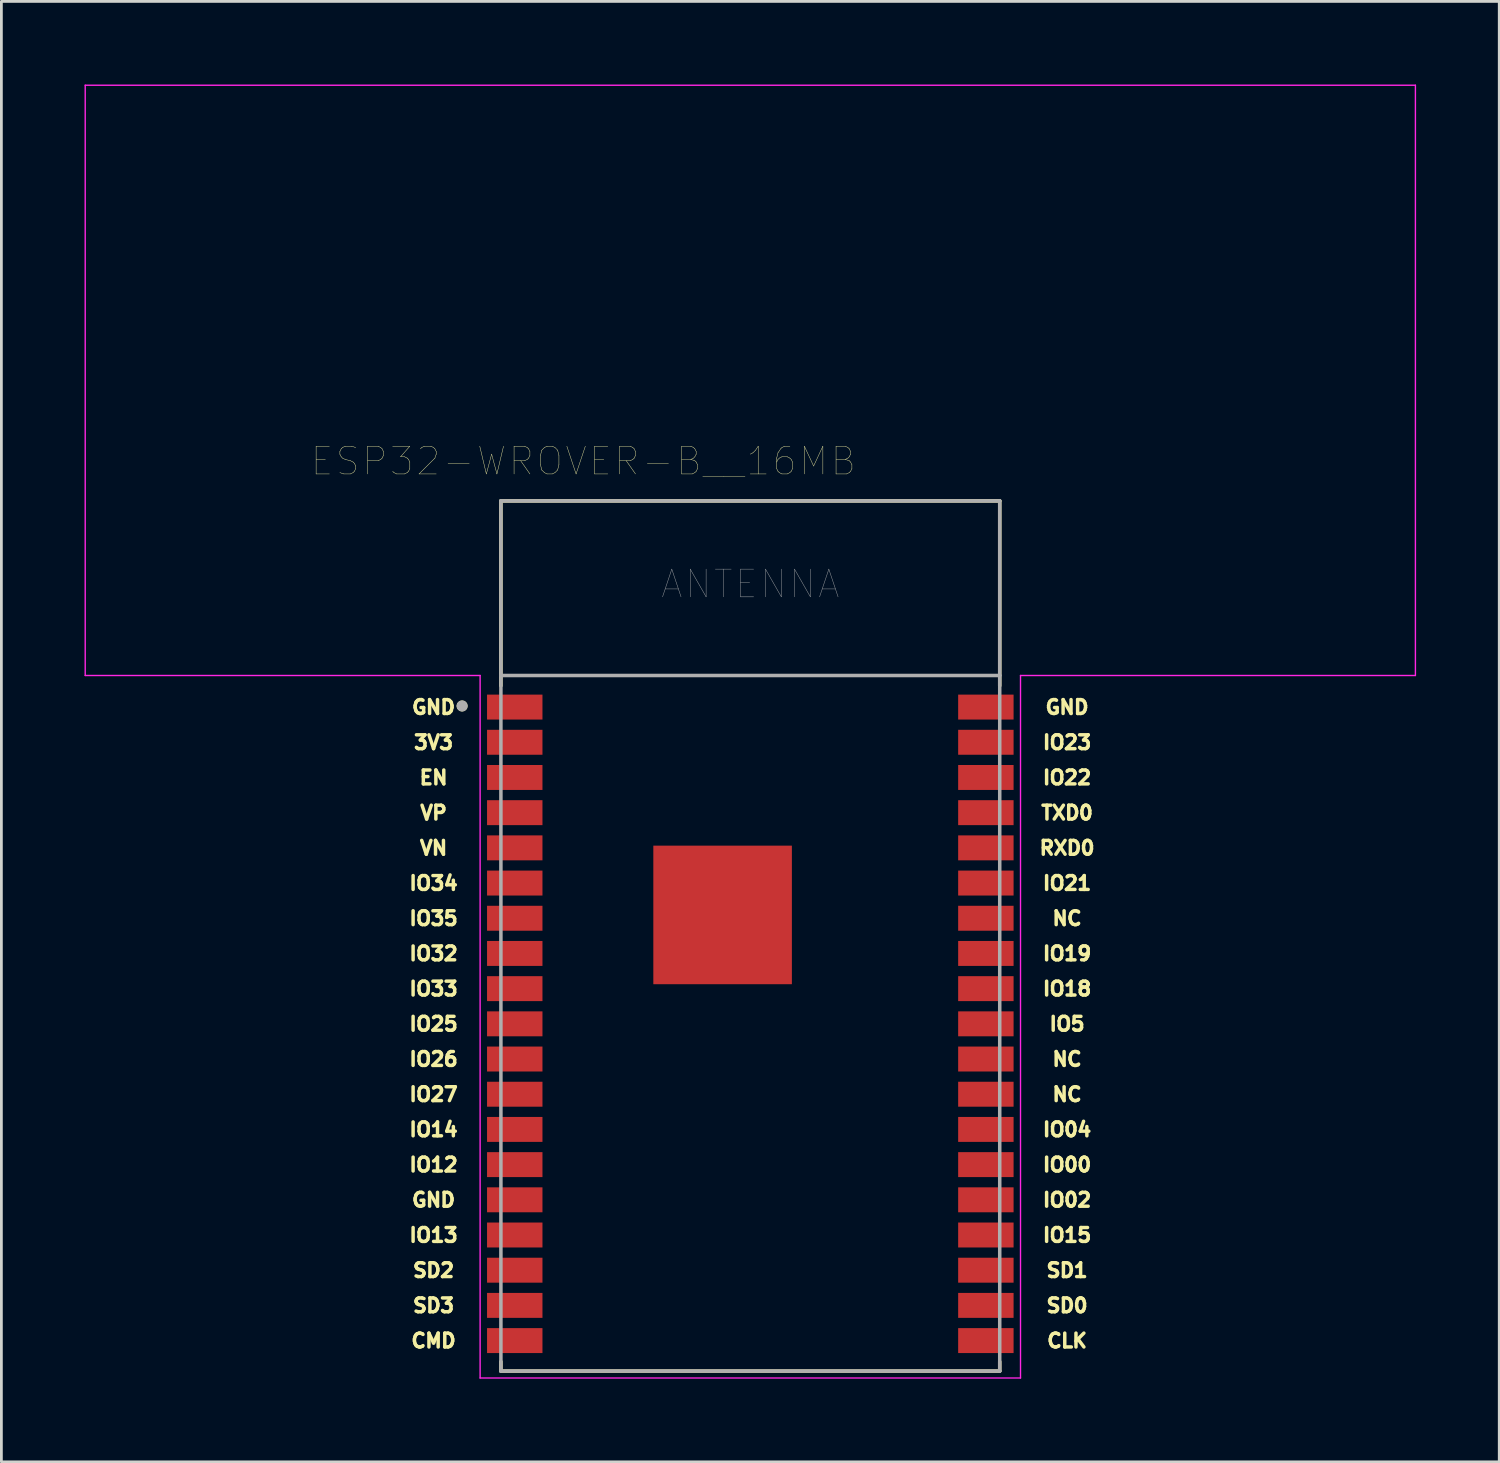
<source format=kicad_pcb>
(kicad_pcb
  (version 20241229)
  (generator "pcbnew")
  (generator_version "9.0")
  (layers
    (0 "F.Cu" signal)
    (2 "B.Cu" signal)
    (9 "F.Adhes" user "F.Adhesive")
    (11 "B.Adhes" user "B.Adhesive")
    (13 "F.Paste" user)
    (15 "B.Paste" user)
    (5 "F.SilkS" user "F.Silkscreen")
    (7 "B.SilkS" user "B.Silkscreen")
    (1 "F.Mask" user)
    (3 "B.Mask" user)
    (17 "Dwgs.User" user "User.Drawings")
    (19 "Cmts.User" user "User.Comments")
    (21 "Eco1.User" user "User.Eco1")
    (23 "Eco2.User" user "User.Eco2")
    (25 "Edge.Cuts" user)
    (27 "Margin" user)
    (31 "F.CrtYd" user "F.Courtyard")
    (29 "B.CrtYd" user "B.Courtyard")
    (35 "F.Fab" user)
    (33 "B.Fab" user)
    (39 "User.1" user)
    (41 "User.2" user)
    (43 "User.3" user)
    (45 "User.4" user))
  (footprint "ESP32-WROVER-B__16MB"
    (layer "F.Cu")
    (at 24.025 30.725)
    (property "Reference" "ESP32-WROVER-B__16MB" (at -6.025 -17.135 0) (layer "F.SilkS") (effects (font (size 1 1) (thickness 0.015))))
    (attr through_hole)
    (fp_line (start -9 -15.7) (end 9 -15.7) (stroke (width 0.127) (type solid)) (layer "F.SilkS"))
    (fp_line (start -9 -9.03) (end -9 -15.7) (stroke (width 0.127) (type solid)) (layer "F.SilkS"))
    (fp_line (start -9 15.36) (end -9 15.7) (stroke (width 0.127) (type solid)) (layer "F.SilkS"))
    (fp_line (start -9 15.7) (end 9 15.7) (stroke (width 0.127) (type solid)) (layer "F.SilkS"))
    (fp_line (start 9 -15.7) (end 9 -9.03) (stroke (width 0.127) (type solid)) (layer "F.SilkS"))
    (fp_line (start 9 15.7) (end 9 15.36) (stroke (width 0.127) (type solid)) (layer "F.SilkS"))
    (fp_circle (center -10.4 -8.3) (end -10.3 -8.3) (stroke (width 0.2) (type solid)) (fill no) (layer "F.SilkS"))
    (fp_poly (pts (xy -2.58 -2.34) (xy 0.58 -2.34) (xy 0.58 0.82) (xy -2.58 0.82)) (stroke (width 0.01) (type solid)) (fill yes) (layer "F.Paste"))
    (fp_line (start -24 -30.7) (end 24 -30.7) (stroke (width 0.05) (type solid)) (layer "F.CrtYd"))
    (fp_line (start -24 -9.4) (end -24 -30.7) (stroke (width 0.05) (type solid)) (layer "F.CrtYd"))
    (fp_line (start -9.75 -9.4) (end -24 -9.4) (stroke (width 0.05) (type solid)) (layer "F.CrtYd"))
    (fp_line (start -9.75 -9.4) (end -9.75 15.95) (stroke (width 0.05) (type solid)) (layer "F.CrtYd"))
    (fp_line (start -9.75 15.95) (end 9.75 15.95) (stroke (width 0.05) (type solid)) (layer "F.CrtYd"))
    (fp_line (start 9.75 15.95) (end 9.75 -9.4) (stroke (width 0.05) (type solid)) (layer "F.CrtYd"))
    (fp_line (start 24 -30.7) (end 24 -9.4) (stroke (width 0.05) (type solid)) (layer "F.CrtYd"))
    (fp_line (start 24 -9.4) (end 9.75 -9.4) (stroke (width 0.05) (type solid)) (layer "F.CrtYd"))
    (fp_line (start -9 -15.7) (end 9 -15.7) (stroke (width 0.127) (type solid)) (layer "F.Fab"))
    (fp_line (start -9 -9.4) (end -9 -15.7) (stroke (width 0.127) (type solid)) (layer "F.Fab"))
    (fp_line (start -9 -9.4) (end 9 -9.4) (stroke (width 0.127) (type solid)) (layer "F.Fab"))
    (fp_line (start -9 15.7) (end -9 -9.4) (stroke (width 0.127) (type solid)) (layer "F.Fab"))
    (fp_line (start 9 -15.7) (end 9 -9.4) (stroke (width 0.127) (type solid)) (layer "F.Fab"))
    (fp_line (start 9 -9.4) (end 9 15.7) (stroke (width 0.127) (type solid)) (layer "F.Fab"))
    (fp_line (start 9 15.7) (end -9 15.7) (stroke (width 0.127) (type solid)) (layer "F.Fab"))
    (fp_circle (center -10.4 -8.3) (end -10.3 -8.3) (stroke (width 0.2) (type solid)) (fill no) (layer "F.Fab"))
    (fp_text user "VP" (at -11.43 -4.445 0) (unlocked yes) (layer "F.SilkS") (effects (font (size 0.5 0.5) (thickness 0.125))))
    (fp_text user "TXD0" (at 11.43 -4.445 0) (unlocked yes) (layer "F.SilkS") (effects (font (size 0.5 0.5) (thickness 0.125))))
    (fp_text user "RXD0" (at 11.43 -3.175 0) (unlocked yes) (layer "F.SilkS") (effects (font (size 0.5 0.5) (thickness 0.125))))
    (fp_text user "3V3" (at -11.43 -6.985 0) (unlocked yes) (layer "F.SilkS") (effects (font (size 0.5 0.5) (thickness 0.125))))
    (fp_text user "IO5" (at 11.43 3.175 0) (unlocked yes) (layer "F.SilkS") (effects (font (size 0.5 0.5) (thickness 0.125))))
    (fp_text user "IO12" (at -11.43 8.255 0) (unlocked yes) (layer "F.SilkS") (effects (font (size 0.5 0.5) (thickness 0.125))))
    (fp_text user "IO02" (at 11.43 9.525 0) (unlocked yes) (layer "F.SilkS") (effects (font (size 0.5 0.5) (thickness 0.125))))
    (fp_text user "IO15" (at 11.43 10.795 0) (unlocked yes) (layer "F.SilkS") (effects (font (size 0.5 0.5) (thickness 0.125))))
    (fp_text user "NC" (at 11.43 4.445 0) (unlocked yes) (layer "F.SilkS") (effects (font (size 0.5 0.5) (thickness 0.125))))
    (fp_text user "GND" (at 11.43 -8.255 0) (unlocked yes) (layer "F.SilkS") (effects (font (size 0.5 0.5) (thickness 0.125))))
    (fp_text user "IO19" (at 11.43 0.635 0) (unlocked yes) (layer "F.SilkS") (effects (font (size 0.5 0.5) (thickness 0.125))))
    (fp_text user "IO26" (at -11.43 4.445 0) (unlocked yes) (layer "F.SilkS") (effects (font (size 0.5 0.5) (thickness 0.125))))
    (fp_text user "SD3" (at -11.43 13.335 0) (unlocked yes) (layer "F.SilkS") (effects (font (size 0.5 0.5) (thickness 0.125))))
    (fp_text user "SD2" (at -11.43 12.065 0) (unlocked yes) (layer "F.SilkS") (effects (font (size 0.5 0.5) (thickness 0.125))))
    (fp_text user "GND" (at -11.43 -8.255 0) (unlocked yes) (layer "F.SilkS") (effects (font (size 0.5 0.5) (thickness 0.125))))
    (fp_text user "IO00" (at 11.43 8.255 0) (unlocked yes) (layer "F.SilkS") (effects (font (size 0.5 0.5) (thickness 0.125))))
    (fp_text user "IO14" (at -11.43 6.985 0) (unlocked yes) (layer "F.SilkS") (effects (font (size 0.5 0.5) (thickness 0.125))))
    (fp_text user "NC" (at 11.43 -0.635 0) (unlocked yes) (layer "F.SilkS") (effects (font (size 0.5 0.5) (thickness 0.125))))
    (fp_text user "IO22" (at 11.43 -5.715 0) (unlocked yes) (layer "F.SilkS") (effects (font (size 0.5 0.5) (thickness 0.125))))
    (fp_text user "NC" (at 11.43 5.715 0) (unlocked yes) (layer "F.SilkS") (effects (font (size 0.5 0.5) (thickness 0.125))))
    (fp_text user "IO23" (at 11.43 -6.985 0) (unlocked yes) (layer "F.SilkS") (effects (font (size 0.5 0.5) (thickness 0.125))))
    (fp_text user "SD0" (at 11.43 13.335 0) (unlocked yes) (layer "F.SilkS") (effects (font (size 0.5 0.5) (thickness 0.125))))
    (fp_text user "CLK" (at 11.43 14.605 0) (unlocked yes) (layer "F.SilkS") (effects (font (size 0.5 0.5) (thickness 0.125))))
    (fp_text user "GND" (at -11.43 9.525 0) (unlocked yes) (layer "F.SilkS") (effects (font (size 0.5 0.5) (thickness 0.125))))
    (fp_text user "CMD" (at -11.43 14.605 0) (unlocked yes) (layer "F.SilkS") (effects (font (size 0.5 0.5) (thickness 0.125))))
    (fp_text user "IO34" (at -11.43 -1.905 0) (unlocked yes) (layer "F.SilkS") (effects (font (size 0.5 0.5) (thickness 0.125))))
    (fp_text user "IO32" (at -11.43 0.635 0) (unlocked yes) (layer "F.SilkS") (effects (font (size 0.5 0.5) (thickness 0.125))))
    (fp_text user "SD1" (at 11.43 12.065 0) (unlocked yes) (layer "F.SilkS") (effects (font (size 0.5 0.5) (thickness 0.125))))
    (fp_text user "IO21" (at 11.43 -1.905 0) (unlocked yes) (layer "F.SilkS") (effects (font (size 0.5 0.5) (thickness 0.125))))
    (fp_text user "IO18" (at 11.43 1.905 0) (unlocked yes) (layer "F.SilkS") (effects (font (size 0.5 0.5) (thickness 0.125))))
    (fp_text user "IO13" (at -11.43 10.795 0) (unlocked yes) (layer "F.SilkS") (effects (font (size 0.5 0.5) (thickness 0.125))))
    (fp_text user "VN" (at -11.43 -3.175 0) (unlocked yes) (layer "F.SilkS") (effects (font (size 0.5 0.5) (thickness 0.125))))
    (fp_text user "IO27" (at -11.43 5.715 0) (unlocked yes) (layer "F.SilkS") (effects (font (size 0.5 0.5) (thickness 0.125))))
    (fp_text user "IO33" (at -11.43 1.905 0) (unlocked yes) (layer "F.SilkS") (effects (font (size 0.5 0.5) (thickness 0.125))))
    (fp_text user "IO35" (at -11.43 -0.635 0) (unlocked yes) (layer "F.SilkS") (effects (font (size 0.5 0.5) (thickness 0.125))))
    (fp_text user "EN" (at -11.43 -5.715 0) (unlocked yes) (layer "F.SilkS") (effects (font (size 0.5 0.5) (thickness 0.125))))
    (fp_text user "IO04" (at 11.43 6.985 0) (unlocked yes) (layer "F.SilkS") (effects (font (size 0.5 0.5) (thickness 0.125))))
    (fp_text user "IO25" (at -11.43 3.175 0) (unlocked yes) (layer "F.SilkS") (effects (font (size 0.5 0.5) (thickness 0.125))))
    (fp_text user "ANTENNA" (at 0 -12.7 0) (layer "F.Fab") (effects (font (size 1 1) (thickness 0.015))))
    (pad "1" smd rect (at -8.5 -8.26) (size 2 0.9) (layers "F.Cu" "F.Mask" "F.Paste"))
    (pad "2" smd rect (at -8.5 -6.99) (size 2 0.9) (layers "F.Cu" "F.Mask" "F.Paste"))
    (pad "3" smd rect (at -8.5 -5.72) (size 2 0.9) (layers "F.Cu" "F.Mask" "F.Paste"))
    (pad "4" smd rect (at -8.5 -4.45) (size 2 0.9) (layers "F.Cu" "F.Mask" "F.Paste"))
    (pad "5" smd rect (at -8.5 -3.18) (size 2 0.9) (layers "F.Cu" "F.Mask" "F.Paste"))
    (pad "6" smd rect (at -8.5 -1.91) (size 2 0.9) (layers "F.Cu" "F.Mask" "F.Paste"))
    (pad "7" smd rect (at -8.5 -0.64) (size 2 0.9) (layers "F.Cu" "F.Mask" "F.Paste"))
    (pad "8" smd rect (at -8.5 0.63) (size 2 0.9) (layers "F.Cu" "F.Mask" "F.Paste"))
    (pad "9" smd rect (at -8.5 1.9) (size 2 0.9) (layers "F.Cu" "F.Mask" "F.Paste"))
    (pad "10" smd rect (at -8.5 3.17) (size 2 0.9) (layers "F.Cu" "F.Mask" "F.Paste"))
    (pad "11" smd rect (at -8.5 4.44) (size 2 0.9) (layers "F.Cu" "F.Mask" "F.Paste"))
    (pad "12" smd rect (at -8.5 5.71) (size 2 0.9) (layers "F.Cu" "F.Mask" "F.Paste"))
    (pad "13" smd rect (at -8.5 6.98) (size 2 0.9) (layers "F.Cu" "F.Mask" "F.Paste"))
    (pad "14" smd rect (at -8.5 8.25) (size 2 0.9) (layers "F.Cu" "F.Mask" "F.Paste"))
    (pad "15" smd rect (at -8.5 9.52) (size 2 0.9) (layers "F.Cu" "F.Mask" "F.Paste"))
    (pad "16" smd rect (at -8.5 10.79) (size 2 0.9) (layers "F.Cu" "F.Mask" "F.Paste"))
    (pad "17" smd rect (at -8.5 12.06) (size 2 0.9) (layers "F.Cu" "F.Mask" "F.Paste"))
    (pad "18" smd rect (at -8.5 13.33) (size 2 0.9) (layers "F.Cu" "F.Mask" "F.Paste"))
    (pad "19" smd rect (at -8.5 14.6) (size 2 0.9) (layers "F.Cu" "F.Mask" "F.Paste"))
    (pad "20" smd rect (at 8.5 14.6) (size 2 0.9) (layers "F.Cu" "F.Mask" "F.Paste"))
    (pad "21" smd rect (at 8.5 13.33) (size 2 0.9) (layers "F.Cu" "F.Mask" "F.Paste"))
    (pad "22" smd rect (at 8.5 12.06) (size 2 0.9) (layers "F.Cu" "F.Mask" "F.Paste"))
    (pad "23" smd rect (at 8.5 10.79) (size 2 0.9) (layers "F.Cu" "F.Mask" "F.Paste"))
    (pad "24" smd rect (at 8.5 9.52) (size 2 0.9) (layers "F.Cu" "F.Mask" "F.Paste"))
    (pad "25" smd rect (at 8.5 8.25) (size 2 0.9) (layers "F.Cu" "F.Mask" "F.Paste"))
    (pad "26" smd rect (at 8.5 6.98) (size 2 0.9) (layers "F.Cu" "F.Mask" "F.Paste"))
    (pad "27" smd rect (at 8.5 5.71) (size 2 0.9) (layers "F.Cu" "F.Mask" "F.Paste"))
    (pad "28" smd rect (at 8.5 4.44) (size 2 0.9) (layers "F.Cu" "F.Mask" "F.Paste"))
    (pad "29" smd rect (at 8.5 3.17) (size 2 0.9) (layers "F.Cu" "F.Mask" "F.Paste"))
    (pad "30" smd rect (at 8.5 1.9) (size 2 0.9) (layers "F.Cu" "F.Mask" "F.Paste"))
    (pad "31" smd rect (at 8.5 0.63) (size 2 0.9) (layers "F.Cu" "F.Mask" "F.Paste"))
    (pad "32" smd rect (at 8.5 -0.64) (size 2 0.9) (layers "F.Cu" "F.Mask" "F.Paste"))
    (pad "33" smd rect (at 8.5 -1.91) (size 2 0.9) (layers "F.Cu" "F.Mask" "F.Paste"))
    (pad "34" smd rect (at 8.5 -3.18) (size 2 0.9) (layers "F.Cu" "F.Mask" "F.Paste"))
    (pad "35" smd rect (at 8.5 -4.45) (size 2 0.9) (layers "F.Cu" "F.Mask" "F.Paste"))
    (pad "36" smd rect (at 8.5 -5.72) (size 2 0.9) (layers "F.Cu" "F.Mask" "F.Paste"))
    (pad "37" smd rect (at 8.5 -6.99) (size 2 0.9) (layers "F.Cu" "F.Mask" "F.Paste"))
    (pad "38" smd rect (at 8.5 -8.26) (size 2 0.9) (layers "F.Cu" "F.Mask" "F.Paste"))
    (pad "39" smd rect (at -1 -0.76) (size 5 5) (layers "F.Cu" "F.Mask")))
  (gr_rect
    (start -3 -3)
    (end 51.05 49.7)
    (stroke (width 0.1) (type default))
    (fill no)
    (layer "Edge.Cuts")))
</source>
